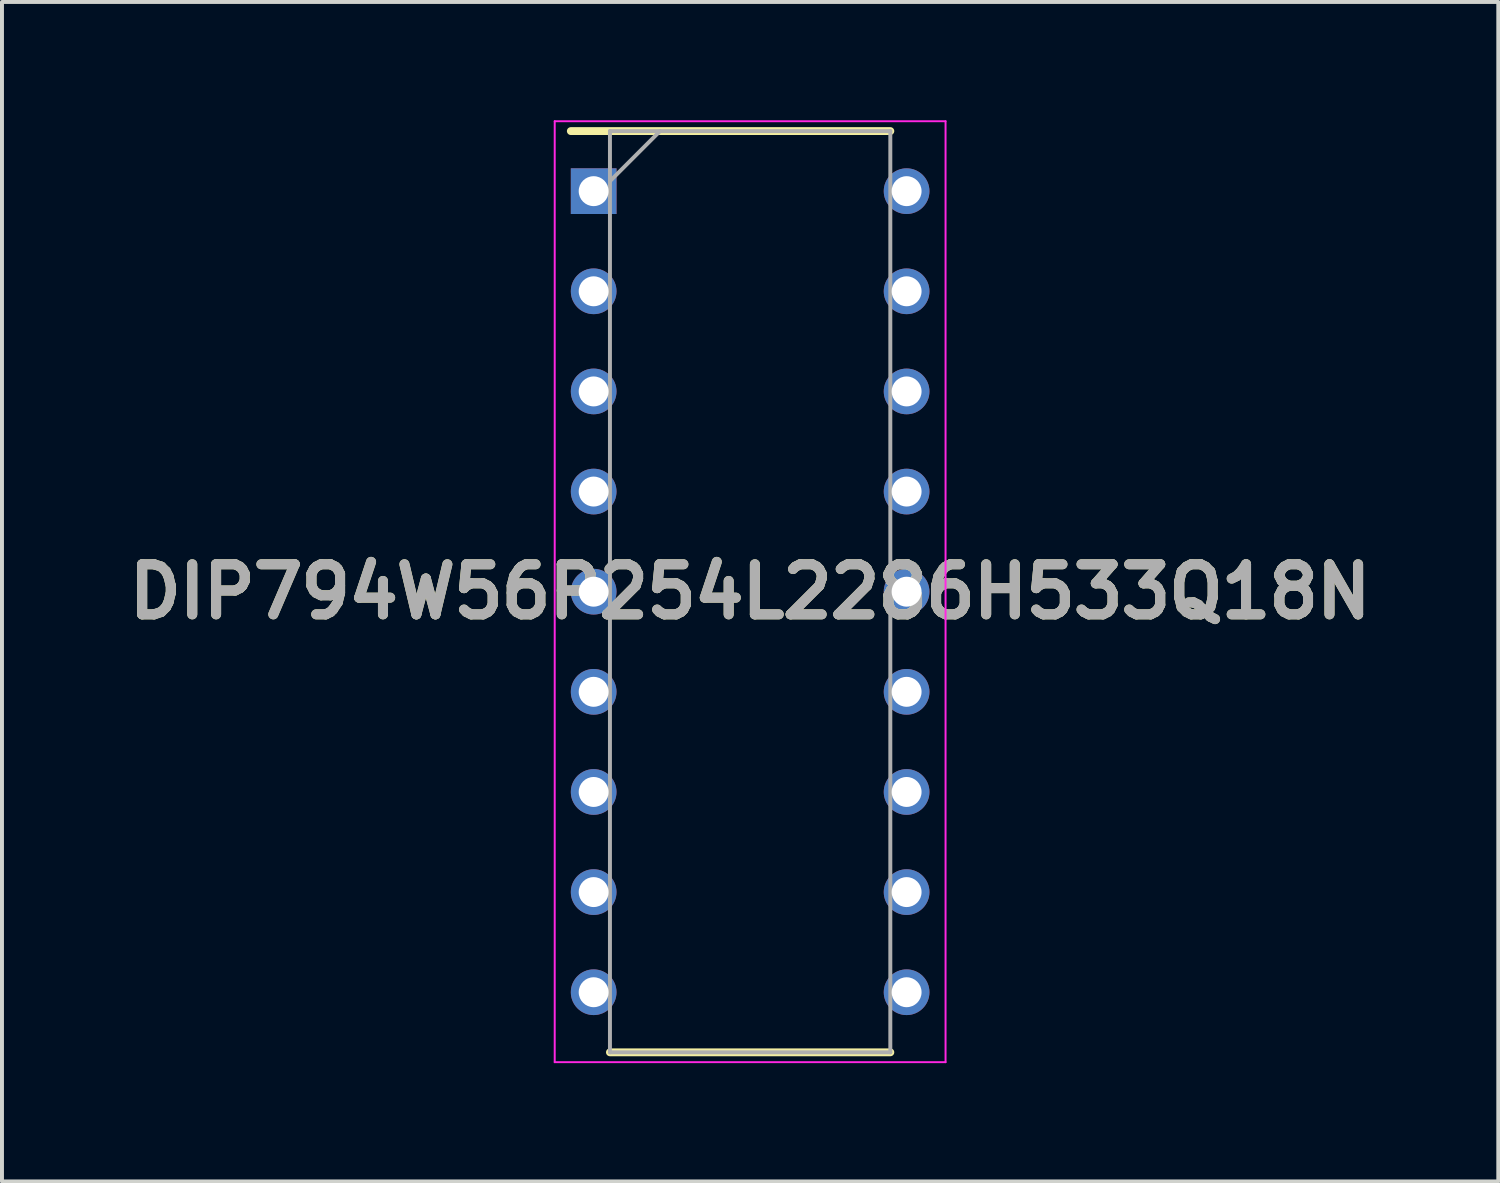
<source format=kicad_pcb>
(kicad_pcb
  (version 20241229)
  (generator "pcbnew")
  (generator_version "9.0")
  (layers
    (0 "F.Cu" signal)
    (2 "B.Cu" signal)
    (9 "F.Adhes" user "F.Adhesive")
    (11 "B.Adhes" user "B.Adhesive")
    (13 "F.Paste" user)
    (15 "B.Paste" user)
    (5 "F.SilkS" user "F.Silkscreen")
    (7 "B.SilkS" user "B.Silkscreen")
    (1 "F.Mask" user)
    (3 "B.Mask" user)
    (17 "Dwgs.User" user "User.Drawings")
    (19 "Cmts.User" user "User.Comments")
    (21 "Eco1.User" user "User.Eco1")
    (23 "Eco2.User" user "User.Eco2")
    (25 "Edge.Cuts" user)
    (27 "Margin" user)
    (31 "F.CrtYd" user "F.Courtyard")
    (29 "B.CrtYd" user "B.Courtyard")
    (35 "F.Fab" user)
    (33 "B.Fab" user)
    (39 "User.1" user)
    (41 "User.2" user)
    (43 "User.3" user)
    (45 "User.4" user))
  (footprint "DIP794W56P254L2286H533Q18N"
    (layer "F.Cu")
    (at 15.978 11.959)
    (property "Reference" "DIP794W56P254L2286H533Q18N" (at 0 0 0) (layer "F.SilkS") (effects (font (size 1.27 1.27) (thickness 0.254))))
    (attr through_hole)
    (fp_line (start -4.548 -11.684) (end 3.556 -11.684) (stroke (width 0.2) (type solid)) (layer "F.SilkS"))
    (fp_line (start -3.556 11.684) (end 3.556 11.684) (stroke (width 0.2) (type solid)) (layer "F.SilkS"))
    (fp_line (start -4.957 -11.934) (end 4.957 -11.934) (stroke (width 0.05) (type solid)) (layer "F.CrtYd"))
    (fp_line (start -4.957 11.934) (end -4.957 -11.934) (stroke (width 0.05) (type solid)) (layer "F.CrtYd"))
    (fp_line (start 4.957 -11.934) (end 4.957 11.934) (stroke (width 0.05) (type solid)) (layer "F.CrtYd"))
    (fp_line (start 4.957 11.934) (end -4.957 11.934) (stroke (width 0.05) (type solid)) (layer "F.CrtYd"))
    (fp_line (start -3.556 -11.684) (end 3.556 -11.684) (stroke (width 0.1) (type solid)) (layer "F.Fab"))
    (fp_line (start -3.556 -10.414) (end -2.286 -11.684) (stroke (width 0.1) (type solid)) (layer "F.Fab"))
    (fp_line (start -3.556 11.684) (end -3.556 -11.684) (stroke (width 0.1) (type solid)) (layer "F.Fab"))
    (fp_line (start 3.556 -11.684) (end 3.556 11.684) (stroke (width 0.1) (type solid)) (layer "F.Fab"))
    (fp_line (start 3.556 11.684) (end -3.556 11.684) (stroke (width 0.1) (type solid)) (layer "F.Fab"))
    (fp_text user "${REFERENCE}" (at 0 0 0) (layer "F.Fab") (effects (font (size 1.27 1.27) (thickness 0.254))))
    (pad "1" thru_hole rect (at -3.969 -10.16) (size 1.159 1.159) (drill 0.759) (layers "*.Cu" "*.Mask"))
    (pad "2" thru_hole circle (at -3.969 -7.62) (size 1.159 1.159) (drill 0.759) (layers "*.Cu" "*.Mask"))
    (pad "3" thru_hole circle (at -3.969 -5.08) (size 1.159 1.159) (drill 0.759) (layers "*.Cu" "*.Mask"))
    (pad "4" thru_hole circle (at -3.969 -2.54) (size 1.159 1.159) (drill 0.759) (layers "*.Cu" "*.Mask"))
    (pad "5" thru_hole circle (at -3.969 0) (size 1.159 1.159) (drill 0.759) (layers "*.Cu" "*.Mask"))
    (pad "6" thru_hole circle (at -3.969 2.54) (size 1.159 1.159) (drill 0.759) (layers "*.Cu" "*.Mask"))
    (pad "7" thru_hole circle (at -3.969 5.08) (size 1.159 1.159) (drill 0.759) (layers "*.Cu" "*.Mask"))
    (pad "8" thru_hole circle (at -3.969 7.62) (size 1.159 1.159) (drill 0.759) (layers "*.Cu" "*.Mask"))
    (pad "9" thru_hole circle (at -3.969 10.16) (size 1.159 1.159) (drill 0.759) (layers "*.Cu" "*.Mask"))
    (pad "10" thru_hole circle (at 3.969 10.16) (size 1.159 1.159) (drill 0.759) (layers "*.Cu" "*.Mask"))
    (pad "11" thru_hole circle (at 3.969 7.62) (size 1.159 1.159) (drill 0.759) (layers "*.Cu" "*.Mask"))
    (pad "12" thru_hole circle (at 3.969 5.08) (size 1.159 1.159) (drill 0.759) (layers "*.Cu" "*.Mask"))
    (pad "13" thru_hole circle (at 3.969 2.54) (size 1.159 1.159) (drill 0.759) (layers "*.Cu" "*.Mask"))
    (pad "14" thru_hole circle (at 3.969 0) (size 1.159 1.159) (drill 0.759) (layers "*.Cu" "*.Mask"))
    (pad "15" thru_hole circle (at 3.969 -2.54) (size 1.159 1.159) (drill 0.759) (layers "*.Cu" "*.Mask"))
    (pad "16" thru_hole circle (at 3.969 -5.08) (size 1.159 1.159) (drill 0.759) (layers "*.Cu" "*.Mask"))
    (pad "17" thru_hole circle (at 3.969 -7.62) (size 1.159 1.159) (drill 0.759) (layers "*.Cu" "*.Mask"))
    (pad "18" thru_hole circle (at 3.969 -10.16) (size 1.159 1.159) (drill 0.759) (layers "*.Cu" "*.Mask")))
  (gr_rect
    (start -3 -3)
    (end 34.956 26.918)
    (stroke (width 0.1) (type default))
    (fill no)
    (layer "Edge.Cuts")))
</source>
